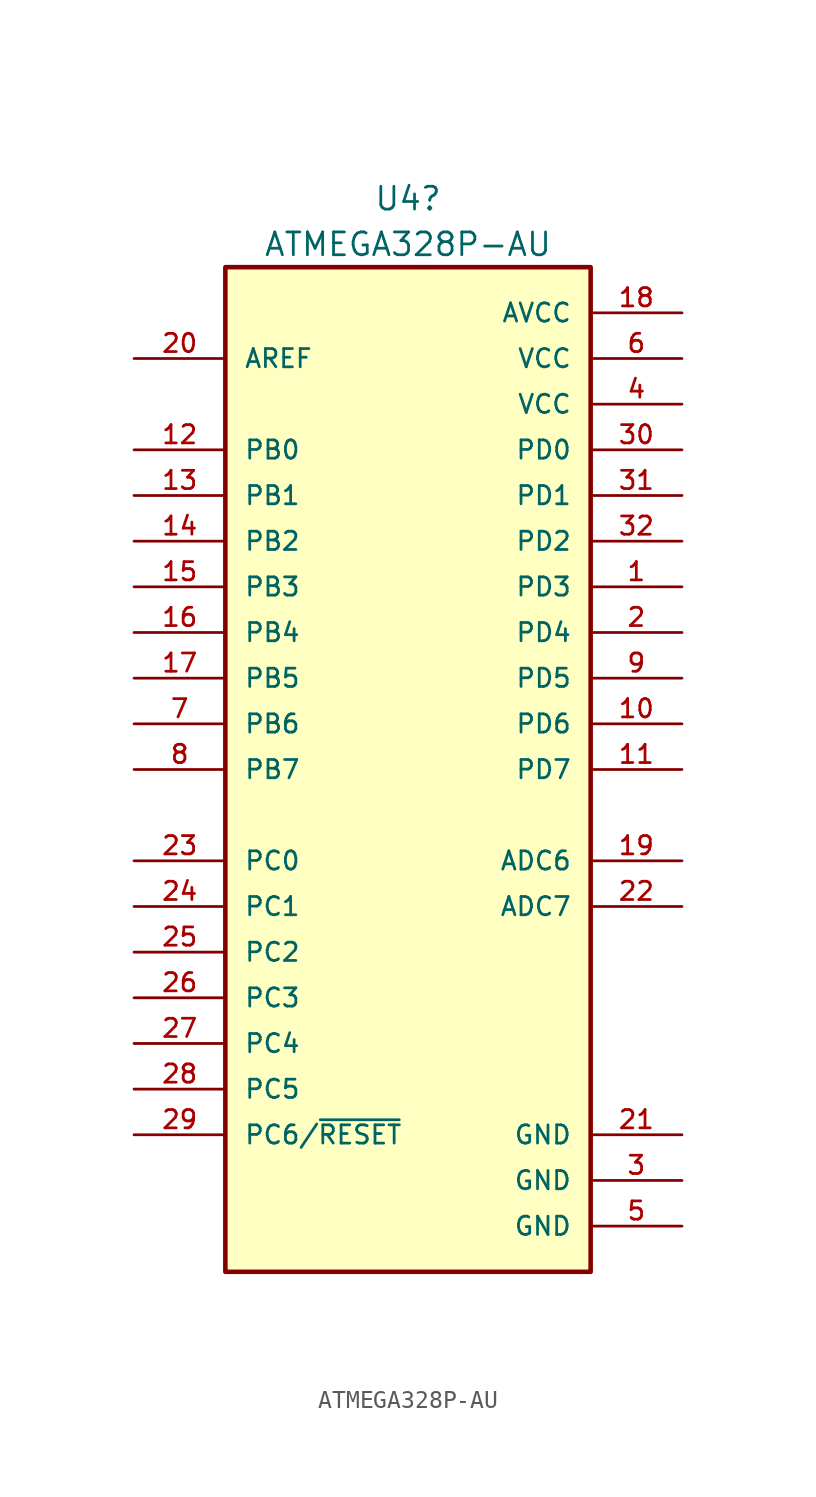
<source format=kicad_sym>
(kicad_symbol_lib
  (version 20201005)
  (generator kicad_symbol_editor)
  (symbol "ATMEGA328P-AU:ATMEGA328P-AU"
    (pin_names
      (offset 1.016))
    (property "Reference" "U4"
      (at 0 31.75 0)
      (effects (font (size 1.27 1.27))))
    (property "Value" "ATMEGA328P-AU"
      (at 0 29.21 0)
      (effects (font (size 1.27 1.27))))
    (property "ki_locked" ""
      (at 0 0 0)
      (effects (font (size 1.27 1.27))))
    (symbol "ATMEGA328P-AU_0_0"
      (rectangle (start -10.16 -27.94) (end 10.16 27.94) (stroke (width 0.254)) (fill (type background)))
      (pin bidirectional line (at 15.24 10.16 180) (length 5.08) (name "PD3" (effects (font (size 1.016 1.016)))) (number "1" (effects (font (size 1.016 1.016)))))
      (pin bidirectional line (at 15.24 2.54 180) (length 5.08) (name "PD6" (effects (font (size 1.016 1.016)))) (number "10" (effects (font (size 1.016 1.016)))))
      (pin bidirectional line (at 15.24 0 180) (length 5.08) (name "PD7" (effects (font (size 1.016 1.016)))) (number "11" (effects (font (size 1.016 1.016)))))
      (pin bidirectional line (at -15.24 17.78 0) (length 5.08) (name "PB0" (effects (font (size 1.016 1.016)))) (number "12" (effects (font (size 1.016 1.016)))))
      (pin bidirectional line (at -15.24 15.24 0) (length 5.08) (name "PB1" (effects (font (size 1.016 1.016)))) (number "13" (effects (font (size 1.016 1.016)))))
      (pin bidirectional line (at -15.24 12.7 0) (length 5.08) (name "PB2" (effects (font (size 1.016 1.016)))) (number "14" (effects (font (size 1.016 1.016)))))
      (pin bidirectional line (at -15.24 10.16 0) (length 5.08) (name "PB3" (effects (font (size 1.016 1.016)))) (number "15" (effects (font (size 1.016 1.016)))))
      (pin bidirectional line (at -15.24 7.62 0) (length 5.08) (name "PB4" (effects (font (size 1.016 1.016)))) (number "16" (effects (font (size 1.016 1.016)))))
      (pin bidirectional line (at -15.24 5.08 0) (length 5.08) (name "PB5" (effects (font (size 1.016 1.016)))) (number "17" (effects (font (size 1.016 1.016)))))
      (pin power_in line (at 15.24 25.4 180) (length 5.08) (name "AVCC" (effects (font (size 1.016 1.016)))) (number "18" (effects (font (size 1.016 1.016)))))
      (pin bidirectional line (at 15.24 -5.08 180) (length 5.08) (name "ADC6" (effects (font (size 1.016 1.016)))) (number "19" (effects (font (size 1.016 1.016)))))
      (pin bidirectional line (at 15.24 7.62 180) (length 5.08) (name "PD4" (effects (font (size 1.016 1.016)))) (number "2" (effects (font (size 1.016 1.016)))))
      (pin input line (at -15.24 22.86 0) (length 5.08) (name "AREF" (effects (font (size 1.016 1.016)))) (number "20" (effects (font (size 1.016 1.016)))))
      (pin power_in line (at 15.24 -20.32 180) (length 5.08) (name "GND" (effects (font (size 1.016 1.016)))) (number "21" (effects (font (size 1.016 1.016)))))
      (pin bidirectional line (at 15.24 -7.62 180) (length 5.08) (name "ADC7" (effects (font (size 1.016 1.016)))) (number "22" (effects (font (size 1.016 1.016)))))
      (pin bidirectional line (at -15.24 -5.08 0) (length 5.08) (name "PC0" (effects (font (size 1.016 1.016)))) (number "23" (effects (font (size 1.016 1.016)))))
      (pin bidirectional line (at -15.24 -7.62 0) (length 5.08) (name "PC1" (effects (font (size 1.016 1.016)))) (number "24" (effects (font (size 1.016 1.016)))))
      (pin bidirectional line (at -15.24 -10.16 0) (length 5.08) (name "PC2" (effects (font (size 1.016 1.016)))) (number "25" (effects (font (size 1.016 1.016)))))
      (pin bidirectional line (at -15.24 -12.7 0) (length 5.08) (name "PC3" (effects (font (size 1.016 1.016)))) (number "26" (effects (font (size 1.016 1.016)))))
      (pin bidirectional line (at -15.24 -15.24 0) (length 5.08) (name "PC4" (effects (font (size 1.016 1.016)))) (number "27" (effects (font (size 1.016 1.016)))))
      (pin bidirectional line (at -15.24 -17.78 0) (length 5.08) (name "PC5" (effects (font (size 1.016 1.016)))) (number "28" (effects (font (size 1.016 1.016)))))
      (pin bidirectional line (at -15.24 -20.32 0) (length 5.08) (name "PC6/~RESET" (effects (font (size 1.016 1.016)))) (number "29" (effects (font (size 1.016 1.016)))))
      (pin power_in line (at 15.24 -22.86 180) (length 5.08) (name "GND" (effects (font (size 1.016 1.016)))) (number "3" (effects (font (size 1.016 1.016)))))
      (pin bidirectional line (at 15.24 17.78 180) (length 5.08) (name "PD0" (effects (font (size 1.016 1.016)))) (number "30" (effects (font (size 1.016 1.016)))))
      (pin bidirectional line (at 15.24 15.24 180) (length 5.08) (name "PD1" (effects (font (size 1.016 1.016)))) (number "31" (effects (font (size 1.016 1.016)))))
      (pin bidirectional line (at 15.24 12.7 180) (length 5.08) (name "PD2" (effects (font (size 1.016 1.016)))) (number "32" (effects (font (size 1.016 1.016)))))
      (pin power_in line (at 15.24 20.32 180) (length 5.08) (name "VCC" (effects (font (size 1.016 1.016)))) (number "4" (effects (font (size 1.016 1.016)))))
      (pin power_in line (at 15.24 -25.4 180) (length 5.08) (name "GND" (effects (font (size 1.016 1.016)))) (number "5" (effects (font (size 1.016 1.016)))))
      (pin power_in line (at 15.24 22.86 180) (length 5.08) (name "VCC" (effects (font (size 1.016 1.016)))) (number "6" (effects (font (size 1.016 1.016)))))
      (pin bidirectional line (at -15.24 2.54 0) (length 5.08) (name "PB6" (effects (font (size 1.016 1.016)))) (number "7" (effects (font (size 1.016 1.016)))))
      (pin bidirectional line (at -15.24 0 0) (length 5.08) (name "PB7" (effects (font (size 1.016 1.016)))) (number "8" (effects (font (size 1.016 1.016)))))
      (pin bidirectional line (at 15.24 5.08 180) (length 5.08) (name "PD5" (effects (font (size 1.016 1.016)))) (number "9" (effects (font (size 1.016 1.016))))))))
</source>
